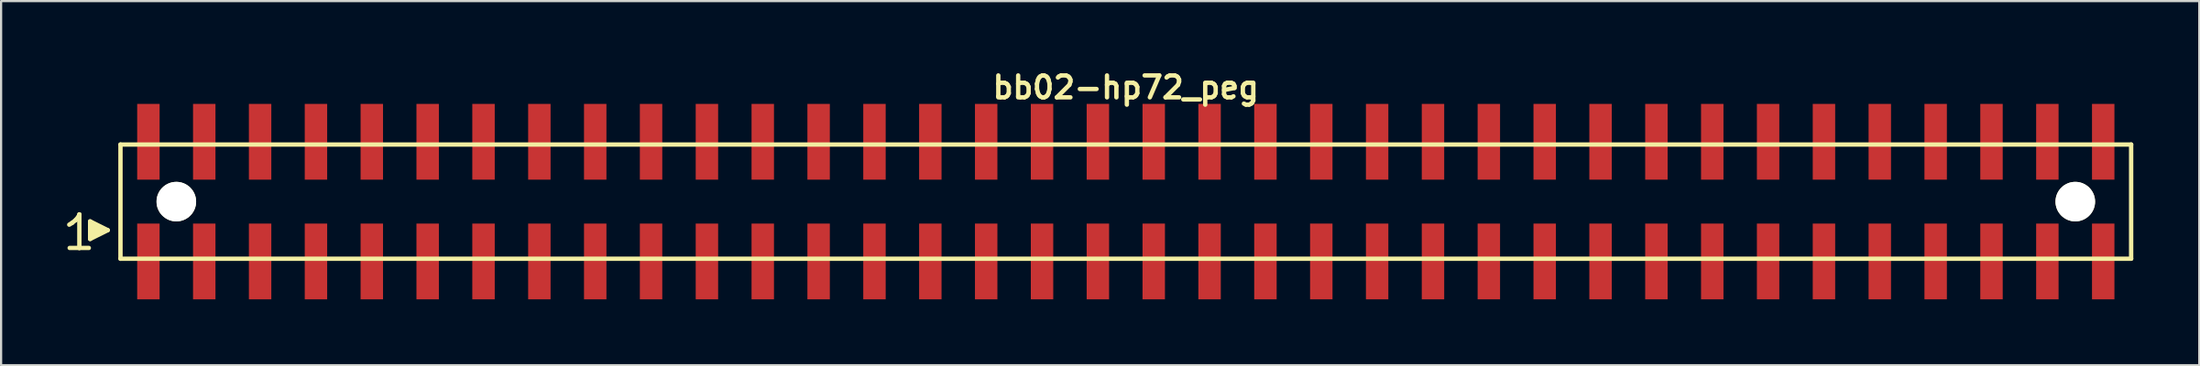
<source format=kicad_pcb>
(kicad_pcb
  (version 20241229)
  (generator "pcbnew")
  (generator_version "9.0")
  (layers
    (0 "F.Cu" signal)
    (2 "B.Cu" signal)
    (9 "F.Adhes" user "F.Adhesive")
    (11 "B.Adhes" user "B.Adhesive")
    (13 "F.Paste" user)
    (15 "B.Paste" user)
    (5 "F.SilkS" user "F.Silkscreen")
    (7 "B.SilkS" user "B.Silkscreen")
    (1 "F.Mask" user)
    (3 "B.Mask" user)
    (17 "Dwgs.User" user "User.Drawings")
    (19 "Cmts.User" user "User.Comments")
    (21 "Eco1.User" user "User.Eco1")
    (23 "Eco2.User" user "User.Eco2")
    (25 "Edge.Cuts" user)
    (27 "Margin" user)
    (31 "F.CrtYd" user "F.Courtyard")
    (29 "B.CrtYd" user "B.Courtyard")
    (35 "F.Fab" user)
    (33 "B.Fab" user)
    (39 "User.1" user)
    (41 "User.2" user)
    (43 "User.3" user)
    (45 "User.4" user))
  (footprint "bb02-hp72_peg"
    (layer "F.Cu")
    (at 48.149 6.132)
    (property "Reference" "bb02-hp72_peg" (at 0 -5.2 0) (layer "F.SilkS") (effects (font (size 0.998 0.998) (thickness 0.198))))
    (attr smd)
    (fp_line (start -48.05 1.05) (end -47.92 0.97) (stroke (width 0.198) (type solid)) (layer "F.SilkS"))
    (fp_line (start -47.92 0.97) (end -47.76 0.84) (stroke (width 0.198) (type solid)) (layer "F.SilkS"))
    (fp_line (start -47.76 0.84) (end -47.62 0.67) (stroke (width 0.198) (type solid)) (layer "F.SilkS"))
    (fp_line (start -47.62 0.67) (end -47.59 0.58) (stroke (width 0.198) (type solid)) (layer "F.SilkS"))
    (fp_line (start -47.59 0.58) (end -47.59 2.11) (stroke (width 0.198) (type solid)) (layer "F.SilkS"))
    (fp_line (start -47.59 2.11) (end -48.03 2.11) (stroke (width 0.198) (type solid)) (layer "F.SilkS"))
    (fp_line (start -47.16 2.11) (end -47.6 2.11) (stroke (width 0.198) (type solid)) (layer "F.SilkS"))
    (fp_line (start -47.1 0.9) (end -46.3 1.3) (stroke (width 0.198) (type solid)) (layer "F.SilkS"))
    (fp_line (start -47.1 1.7) (end -47.1 0.9) (stroke (width 0.198) (type solid)) (layer "F.SilkS"))
    (fp_line (start -47 1.6) (end -47 1) (stroke (width 0.198) (type solid)) (layer "F.SilkS"))
    (fp_line (start -46.9 1.1) (end -46.9 1.5) (stroke (width 0.198) (type solid)) (layer "F.SilkS"))
    (fp_line (start -46.8 1.5) (end -46.8 1.1) (stroke (width 0.198) (type solid)) (layer "F.SilkS"))
    (fp_line (start -46.7 1.2) (end -46.7 1.4) (stroke (width 0.198) (type solid)) (layer "F.SilkS"))
    (fp_line (start -46.6 1.4) (end -46.6 1.2) (stroke (width 0.198) (type solid)) (layer "F.SilkS"))
    (fp_line (start -46.3 1.3) (end -47.1 1.7) (stroke (width 0.198) (type solid)) (layer "F.SilkS"))
    (fp_line (start -45.72 -2.6) (end -45.72 2.6) (stroke (width 0.198) (type solid)) (layer "F.SilkS"))
    (fp_line (start -45.72 -2.6) (end 45.72 -2.6) (stroke (width 0.198) (type solid)) (layer "F.SilkS"))
    (fp_line (start 45.72 2.6) (end -45.72 2.6) (stroke (width 0.198) (type solid)) (layer "F.SilkS"))
    (fp_line (start 45.72 2.6) (end 45.72 -2.6) (stroke (width 0.198) (type solid)) (layer "F.SilkS"))
    (pad "" np_thru_hole circle (at -43.18 0) (size 1.8 1.8) (drill 1.8) (layers "*.Cu" "*.Mask" "F.SilkS"))
    (pad "" np_thru_hole circle (at 43.18 0) (size 1.8 1.8) (drill 1.8) (layers "*.Cu" "*.Mask" "F.SilkS"))
    (pad "1" smd rect (at -44.45 2.725) (size 1.02 3.45) (layers "F.Cu" "F.Mask" "F.Paste"))
    (pad "2" smd rect (at -44.45 -2.725) (size 1.02 3.45) (layers "F.Cu" "F.Mask" "F.Paste"))
    (pad "3" smd rect (at -41.91 2.725) (size 1.02 3.45) (layers "F.Cu" "F.Mask" "F.Paste"))
    (pad "4" smd rect (at -41.91 -2.725) (size 1.02 3.45) (layers "F.Cu" "F.Mask" "F.Paste"))
    (pad "5" smd rect (at -39.37 2.725) (size 1.02 3.45) (layers "F.Cu" "F.Mask" "F.Paste"))
    (pad "6" smd rect (at -39.37 -2.725) (size 1.02 3.45) (layers "F.Cu" "F.Mask" "F.Paste"))
    (pad "7" smd rect (at -36.83 2.725) (size 1.02 3.45) (layers "F.Cu" "F.Mask" "F.Paste"))
    (pad "8" smd rect (at -36.83 -2.725) (size 1.02 3.45) (layers "F.Cu" "F.Mask" "F.Paste"))
    (pad "9" smd rect (at -34.29 2.725) (size 1.02 3.45) (layers "F.Cu" "F.Mask" "F.Paste"))
    (pad "10" smd rect (at -34.29 -2.725) (size 1.02 3.45) (layers "F.Cu" "F.Mask" "F.Paste"))
    (pad "11" smd rect (at -31.75 2.725) (size 1.02 3.45) (layers "F.Cu" "F.Mask" "F.Paste"))
    (pad "12" smd rect (at -31.75 -2.725) (size 1.02 3.45) (layers "F.Cu" "F.Mask" "F.Paste"))
    (pad "13" smd rect (at -29.21 2.725) (size 1.02 3.45) (layers "F.Cu" "F.Mask" "F.Paste"))
    (pad "14" smd rect (at -29.21 -2.725) (size 1.02 3.45) (layers "F.Cu" "F.Mask" "F.Paste"))
    (pad "15" smd rect (at -26.67 2.725) (size 1.02 3.45) (layers "F.Cu" "F.Mask" "F.Paste"))
    (pad "16" smd rect (at -26.67 -2.725) (size 1.02 3.45) (layers "F.Cu" "F.Mask" "F.Paste"))
    (pad "17" smd rect (at -24.13 2.725) (size 1.02 3.45) (layers "F.Cu" "F.Mask" "F.Paste"))
    (pad "18" smd rect (at -24.13 -2.725) (size 1.02 3.45) (layers "F.Cu" "F.Mask" "F.Paste"))
    (pad "19" smd rect (at -21.59 2.725) (size 1.02 3.45) (layers "F.Cu" "F.Mask" "F.Paste"))
    (pad "20" smd rect (at -21.59 -2.725) (size 1.02 3.45) (layers "F.Cu" "F.Mask" "F.Paste"))
    (pad "21" smd rect (at -19.05 2.725) (size 1.02 3.45) (layers "F.Cu" "F.Mask" "F.Paste"))
    (pad "22" smd rect (at -19.05 -2.725) (size 1.02 3.45) (layers "F.Cu" "F.Mask" "F.Paste"))
    (pad "23" smd rect (at -16.51 2.725) (size 1.02 3.45) (layers "F.Cu" "F.Mask" "F.Paste"))
    (pad "24" smd rect (at -16.51 -2.725) (size 1.02 3.45) (layers "F.Cu" "F.Mask" "F.Paste"))
    (pad "25" smd rect (at -13.97 2.725) (size 1.02 3.45) (layers "F.Cu" "F.Mask" "F.Paste"))
    (pad "26" smd rect (at -13.97 -2.725) (size 1.02 3.45) (layers "F.Cu" "F.Mask" "F.Paste"))
    (pad "27" smd rect (at -11.43 2.725) (size 1.02 3.45) (layers "F.Cu" "F.Mask" "F.Paste"))
    (pad "28" smd rect (at -11.43 -2.725) (size 1.02 3.45) (layers "F.Cu" "F.Mask" "F.Paste"))
    (pad "29" smd rect (at -8.89 2.725) (size 1.02 3.45) (layers "F.Cu" "F.Mask" "F.Paste"))
    (pad "30" smd rect (at -8.89 -2.725) (size 1.02 3.45) (layers "F.Cu" "F.Mask" "F.Paste"))
    (pad "31" smd rect (at -6.35 2.725) (size 1.02 3.45) (layers "F.Cu" "F.Mask" "F.Paste"))
    (pad "32" smd rect (at -6.35 -2.725) (size 1.02 3.45) (layers "F.Cu" "F.Mask" "F.Paste"))
    (pad "33" smd rect (at -3.81 2.725) (size 1.02 3.45) (layers "F.Cu" "F.Mask" "F.Paste"))
    (pad "34" smd rect (at -3.81 -2.725) (size 1.02 3.45) (layers "F.Cu" "F.Mask" "F.Paste"))
    (pad "35" smd rect (at -1.27 2.725) (size 1.02 3.45) (layers "F.Cu" "F.Mask" "F.Paste"))
    (pad "36" smd rect (at -1.27 -2.725) (size 1.02 3.45) (layers "F.Cu" "F.Mask" "F.Paste"))
    (pad "37" smd rect (at 1.27 2.725) (size 1.02 3.45) (layers "F.Cu" "F.Mask" "F.Paste"))
    (pad "38" smd rect (at 1.27 -2.725) (size 1.02 3.45) (layers "F.Cu" "F.Mask" "F.Paste"))
    (pad "39" smd rect (at 3.81 2.725) (size 1.02 3.45) (layers "F.Cu" "F.Mask" "F.Paste"))
    (pad "40" smd rect (at 3.81 -2.725) (size 1.02 3.45) (layers "F.Cu" "F.Mask" "F.Paste"))
    (pad "41" smd rect (at 6.35 2.725) (size 1.02 3.45) (layers "F.Cu" "F.Mask" "F.Paste"))
    (pad "42" smd rect (at 6.35 -2.725) (size 1.02 3.45) (layers "F.Cu" "F.Mask" "F.Paste"))
    (pad "43" smd rect (at 8.89 2.725) (size 1.02 3.45) (layers "F.Cu" "F.Mask" "F.Paste"))
    (pad "44" smd rect (at 8.89 -2.725) (size 1.02 3.45) (layers "F.Cu" "F.Mask" "F.Paste"))
    (pad "45" smd rect (at 11.43 2.725) (size 1.02 3.45) (layers "F.Cu" "F.Mask" "F.Paste"))
    (pad "46" smd rect (at 11.43 -2.725) (size 1.02 3.45) (layers "F.Cu" "F.Mask" "F.Paste"))
    (pad "47" smd rect (at 13.97 2.725) (size 1.02 3.45) (layers "F.Cu" "F.Mask" "F.Paste"))
    (pad "48" smd rect (at 13.97 -2.725) (size 1.02 3.45) (layers "F.Cu" "F.Mask" "F.Paste"))
    (pad "49" smd rect (at 16.51 2.725) (size 1.02 3.45) (layers "F.Cu" "F.Mask" "F.Paste"))
    (pad "50" smd rect (at 16.51 -2.725) (size 1.02 3.45) (layers "F.Cu" "F.Mask" "F.Paste"))
    (pad "51" smd rect (at 19.05 2.725) (size 1.02 3.45) (layers "F.Cu" "F.Mask" "F.Paste"))
    (pad "52" smd rect (at 19.05 -2.725) (size 1.02 3.45) (layers "F.Cu" "F.Mask" "F.Paste"))
    (pad "53" smd rect (at 21.59 2.725) (size 1.02 3.45) (layers "F.Cu" "F.Mask" "F.Paste"))
    (pad "54" smd rect (at 21.59 -2.725) (size 1.02 3.45) (layers "F.Cu" "F.Mask" "F.Paste"))
    (pad "55" smd rect (at 24.13 2.725) (size 1.02 3.45) (layers "F.Cu" "F.Mask" "F.Paste"))
    (pad "56" smd rect (at 24.13 -2.725) (size 1.02 3.45) (layers "F.Cu" "F.Mask" "F.Paste"))
    (pad "57" smd rect (at 26.67 2.725) (size 1.02 3.45) (layers "F.Cu" "F.Mask" "F.Paste"))
    (pad "58" smd rect (at 26.67 -2.725) (size 1.02 3.45) (layers "F.Cu" "F.Mask" "F.Paste"))
    (pad "59" smd rect (at 29.21 2.725) (size 1.02 3.45) (layers "F.Cu" "F.Mask" "F.Paste"))
    (pad "60" smd rect (at 29.21 -2.725) (size 1.02 3.45) (layers "F.Cu" "F.Mask" "F.Paste"))
    (pad "61" smd rect (at 31.75 2.725) (size 1.02 3.45) (layers "F.Cu" "F.Mask" "F.Paste"))
    (pad "62" smd rect (at 31.75 -2.725) (size 1.02 3.45) (layers "F.Cu" "F.Mask" "F.Paste"))
    (pad "63" smd rect (at 34.29 2.725) (size 1.02 3.45) (layers "F.Cu" "F.Mask" "F.Paste"))
    (pad "64" smd rect (at 34.29 -2.725) (size 1.02 3.45) (layers "F.Cu" "F.Mask" "F.Paste"))
    (pad "65" smd rect (at 36.83 2.725) (size 1.02 3.45) (layers "F.Cu" "F.Mask" "F.Paste"))
    (pad "66" smd rect (at 36.83 -2.725) (size 1.02 3.45) (layers "F.Cu" "F.Mask" "F.Paste"))
    (pad "67" smd rect (at 39.37 2.725) (size 1.02 3.45) (layers "F.Cu" "F.Mask" "F.Paste"))
    (pad "68" smd rect (at 39.37 -2.725) (size 1.02 3.45) (layers "F.Cu" "F.Mask" "F.Paste"))
    (pad "69" smd rect (at 41.91 2.725) (size 1.02 3.45) (layers "F.Cu" "F.Mask" "F.Paste"))
    (pad "70" smd rect (at 41.91 -2.725) (size 1.02 3.45) (layers "F.Cu" "F.Mask" "F.Paste"))
    (pad "71" smd rect (at 44.45 2.725) (size 1.02 3.45) (layers "F.Cu" "F.Mask" "F.Paste"))
    (pad "72" smd rect (at 44.45 -2.725) (size 1.02 3.45) (layers "F.Cu" "F.Mask" "F.Paste")))
  (gr_rect
    (start -3 -3)
    (end 96.968 13.582)
    (stroke (width 0.1) (type default))
    (fill no)
    (layer "Edge.Cuts")))
</source>
